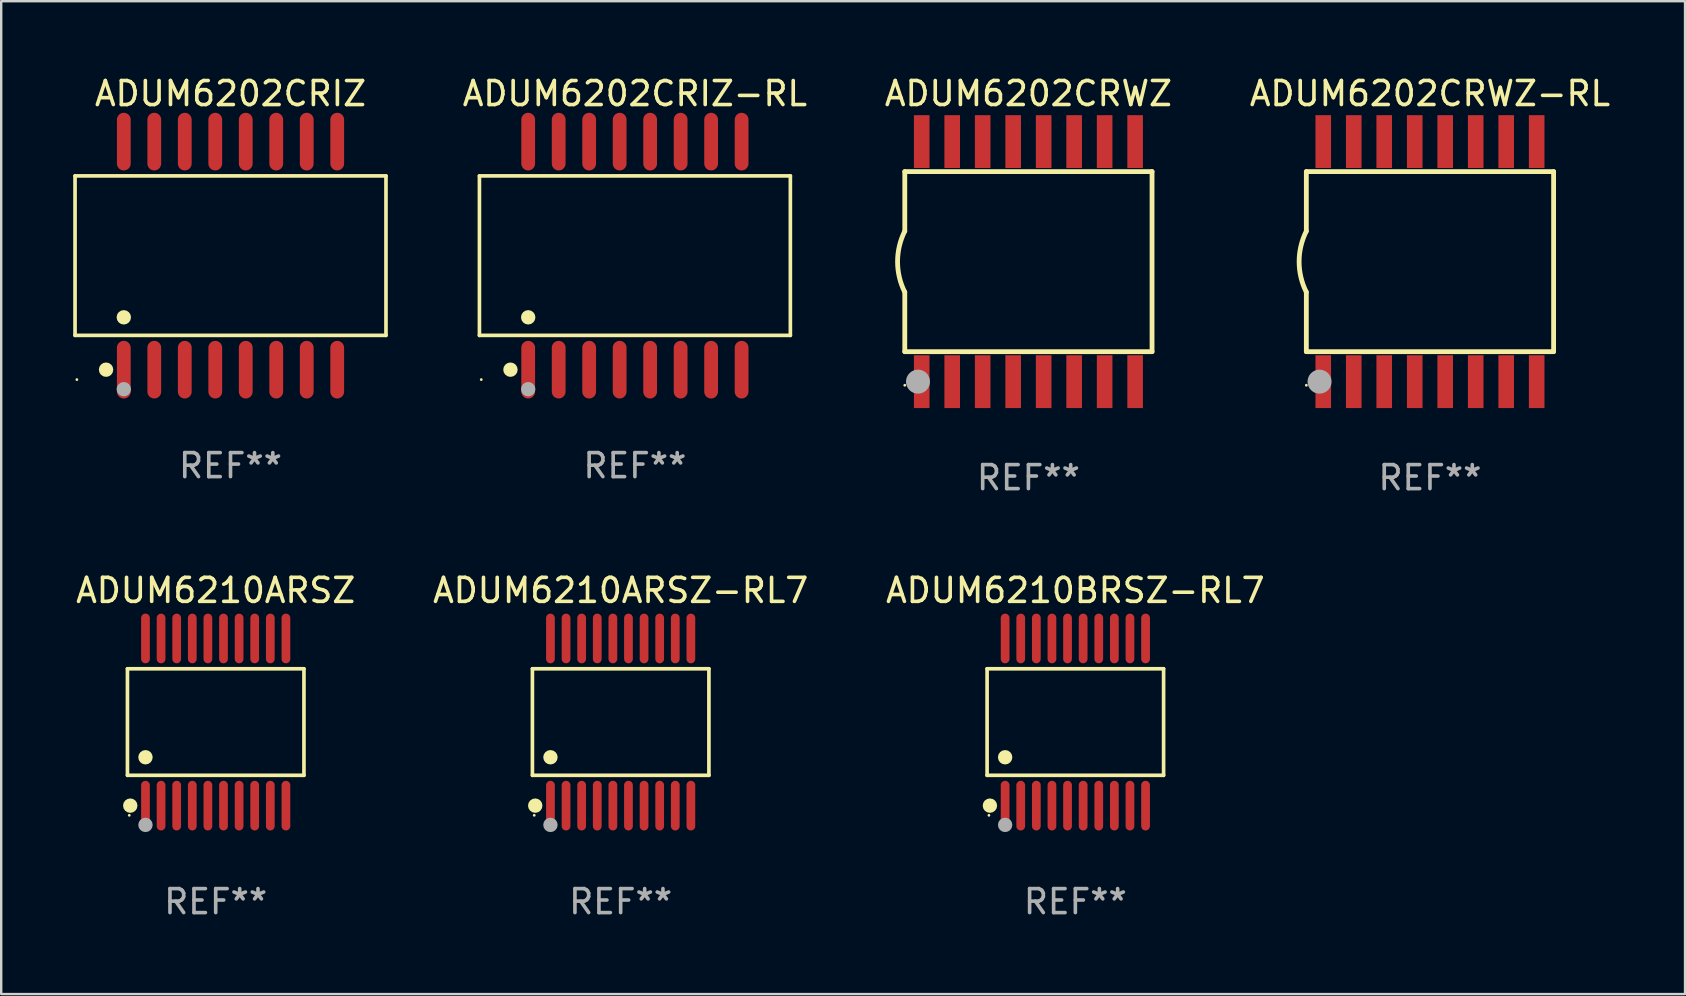
<source format=kicad_pcb>
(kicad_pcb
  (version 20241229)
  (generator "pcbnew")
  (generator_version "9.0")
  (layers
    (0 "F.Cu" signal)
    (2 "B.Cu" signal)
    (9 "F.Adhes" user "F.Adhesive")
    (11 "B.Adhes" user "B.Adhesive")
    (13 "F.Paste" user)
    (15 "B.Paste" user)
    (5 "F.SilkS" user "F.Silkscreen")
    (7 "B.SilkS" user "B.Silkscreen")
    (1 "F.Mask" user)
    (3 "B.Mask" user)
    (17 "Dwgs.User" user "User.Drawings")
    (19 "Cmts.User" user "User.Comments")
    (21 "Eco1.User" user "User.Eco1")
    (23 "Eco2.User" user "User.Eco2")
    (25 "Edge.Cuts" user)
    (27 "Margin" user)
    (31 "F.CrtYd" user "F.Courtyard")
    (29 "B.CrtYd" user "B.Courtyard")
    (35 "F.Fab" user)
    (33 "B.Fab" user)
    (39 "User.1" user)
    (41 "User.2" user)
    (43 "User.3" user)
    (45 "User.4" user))
  (footprint "ADUM6202CRWZ-RL"
    (layer "F.Cu")
    (at 56.516 7.848)
    (property "Reference" "ADUM6202CRWZ-RL" (at 0 -7 0) (layer "F.SilkS") (effects (font (size 1 1) (thickness 0.15))))
    (attr through_hole)
    (fp_line (start -5.15 -3.75) (end -5.15 -1.27) (stroke (width 0.2) (type solid)) (layer "F.SilkS"))
    (fp_line (start -5.15 -3.75) (end 5.15 -3.75) (stroke (width 0.2) (type solid)) (layer "F.SilkS"))
    (fp_line (start -5.15 3.75) (end -5.15 1.27) (stroke (width 0.2) (type solid)) (layer "F.SilkS"))
    (fp_line (start 5.15 -3.75) (end 5.15 3.75) (stroke (width 0.2) (type solid)) (layer "F.SilkS"))
    (fp_line (start 5.15 3.75) (end -5.15 3.75) (stroke (width 0.2) (type solid)) (layer "F.SilkS"))
    (fp_arc (start -5.151131 1.270003) (mid -5.450556 -0.000132) (end -5.150013 -1.270003) (stroke (width 0.2) (type solid)) (layer "F.SilkS"))
    (fp_circle (center -5.15 5.15) (end -5.12 5.15) (stroke (width 0.06) (type solid)) (fill no) (layer "F.SilkS"))
    (fp_circle (center -4.6 5) (end -4.35 5) (stroke (width 0.5) (type solid)) (fill no) (layer "F.Fab"))
    (fp_text user "REF**" (at 0 9 0) (layer "F.Fab") (effects (font (size 1 1) (thickness 0.15))))
    (pad "1" smd rect (at -4.445 5) (size 0.65 2.2) (layers "F.Cu" "F.Mask" "F.Paste"))
    (pad "2" smd rect (at -3.175 5) (size 0.65 2.2) (layers "F.Cu" "F.Mask" "F.Paste"))
    (pad "3" smd rect (at -1.905 5) (size 0.65 2.2) (layers "F.Cu" "F.Mask" "F.Paste"))
    (pad "4" smd rect (at -0.635 5) (size 0.65 2.2) (layers "F.Cu" "F.Mask" "F.Paste"))
    (pad "5" smd rect (at 0.635 5) (size 0.65 2.2) (layers "F.Cu" "F.Mask" "F.Paste"))
    (pad "6" smd rect (at 1.905 5) (size 0.65 2.2) (layers "F.Cu" "F.Mask" "F.Paste"))
    (pad "7" smd rect (at 3.175 5) (size 0.65 2.2) (layers "F.Cu" "F.Mask" "F.Paste"))
    (pad "8" smd rect (at 4.445 5) (size 0.65 2.2) (layers "F.Cu" "F.Mask" "F.Paste"))
    (pad "9" smd rect (at 4.445 -5) (size 0.65 2.2) (layers "F.Cu" "F.Mask" "F.Paste"))
    (pad "10" smd rect (at 3.175 -5) (size 0.65 2.2) (layers "F.Cu" "F.Mask" "F.Paste"))
    (pad "11" smd rect (at 1.905 -5) (size 0.65 2.2) (layers "F.Cu" "F.Mask" "F.Paste"))
    (pad "12" smd rect (at 0.635 -5) (size 0.65 2.2) (layers "F.Cu" "F.Mask" "F.Paste"))
    (pad "13" smd rect (at -0.635 -5) (size 0.65 2.2) (layers "F.Cu" "F.Mask" "F.Paste"))
    (pad "14" smd rect (at -1.905 -5) (size 0.65 2.2) (layers "F.Cu" "F.Mask" "F.Paste"))
    (pad "15" smd rect (at -3.175 -5) (size 0.65 2.2) (layers "F.Cu" "F.Mask" "F.Paste"))
    (pad "16" smd rect (at -4.445 -5) (size 0.65 2.2) (layers "F.Cu" "F.Mask" "F.Paste")))
  (footprint "ADUM6202CRIZ"
    (layer "F.Cu")
    (at 6.552 7.599)
    (property "Reference" "ADUM6202CRIZ" (at 0 -6.75 0) (layer "F.SilkS") (effects (font (size 1 1) (thickness 0.15))))
    (attr through_hole)
    (fp_line (start -6.476 -3.321) (end 6.476 -3.321) (stroke (width 0.152) (type solid)) (layer "F.SilkS"))
    (fp_line (start -6.476 3.321) (end -6.476 -3.321) (stroke (width 0.152) (type solid)) (layer "F.SilkS"))
    (fp_line (start 6.476 -3.321) (end 6.476 3.321) (stroke (width 0.152) (type solid)) (layer "F.SilkS"))
    (fp_line (start 6.476 3.321) (end -6.476 3.321) (stroke (width 0.152) (type solid)) (layer "F.SilkS"))
    (fp_circle (center -6.4 5.163) (end -6.37 5.163) (stroke (width 0.06) (type solid)) (fill no) (layer "F.SilkS"))
    (fp_circle (center -5.184 4.75) (end -5.034 4.75) (stroke (width 0.3) (type solid)) (fill no) (layer "F.SilkS"))
    (fp_circle (center -4.445 2.569) (end -4.295 2.569) (stroke (width 0.3) (type solid)) (fill no) (layer "F.SilkS"))
    (fp_circle (center -4.445 5.563) (end -4.295 5.563) (stroke (width 0.3) (type solid)) (fill no) (layer "F.Fab"))
    (fp_text user "REF**" (at 0 8.75 0) (layer "F.Fab") (effects (font (size 1 1) (thickness 0.15))))
    (pad "1" smd oval (at -4.445 4.75) (size 0.574 2.401) (layers "F.Cu" "F.Mask" "F.Paste"))
    (pad "2" smd oval (at -3.175 4.75) (size 0.574 2.401) (layers "F.Cu" "F.Mask" "F.Paste"))
    (pad "3" smd oval (at -1.905 4.75) (size 0.574 2.401) (layers "F.Cu" "F.Mask" "F.Paste"))
    (pad "4" smd oval (at -0.635 4.75) (size 0.574 2.401) (layers "F.Cu" "F.Mask" "F.Paste"))
    (pad "5" smd oval (at 0.635 4.75) (size 0.574 2.401) (layers "F.Cu" "F.Mask" "F.Paste"))
    (pad "6" smd oval (at 1.905 4.75) (size 0.574 2.401) (layers "F.Cu" "F.Mask" "F.Paste"))
    (pad "7" smd oval (at 3.175 4.75) (size 0.574 2.401) (layers "F.Cu" "F.Mask" "F.Paste"))
    (pad "8" smd oval (at 4.445 4.75) (size 0.574 2.401) (layers "F.Cu" "F.Mask" "F.Paste"))
    (pad "9" smd oval (at 4.445 -4.75) (size 0.574 2.401) (layers "F.Cu" "F.Mask" "F.Paste"))
    (pad "10" smd oval (at 3.175 -4.75) (size 0.574 2.401) (layers "F.Cu" "F.Mask" "F.Paste"))
    (pad "11" smd oval (at 1.905 -4.75) (size 0.574 2.401) (layers "F.Cu" "F.Mask" "F.Paste"))
    (pad "12" smd oval (at 0.635 -4.75) (size 0.574 2.401) (layers "F.Cu" "F.Mask" "F.Paste"))
    (pad "13" smd oval (at -0.635 -4.75) (size 0.574 2.401) (layers "F.Cu" "F.Mask" "F.Paste"))
    (pad "14" smd oval (at -1.905 -4.75) (size 0.574 2.401) (layers "F.Cu" "F.Mask" "F.Paste"))
    (pad "15" smd oval (at -3.175 -4.75) (size 0.574 2.401) (layers "F.Cu" "F.Mask" "F.Paste"))
    (pad "16" smd oval (at -4.445 -4.75) (size 0.574 2.401) (layers "F.Cu" "F.Mask" "F.Paste")))
  (footprint "ADUM6202CRIZ-RL"
    (layer "F.Cu")
    (at 23.397 7.599)
    (property "Reference" "ADUM6202CRIZ-RL" (at 0 -6.75 0) (layer "F.SilkS") (effects (font (size 1 1) (thickness 0.15))))
    (attr through_hole)
    (fp_line (start -6.476 -3.321) (end 6.476 -3.321) (stroke (width 0.152) (type solid)) (layer "F.SilkS"))
    (fp_line (start -6.476 3.321) (end -6.476 -3.321) (stroke (width 0.152) (type solid)) (layer "F.SilkS"))
    (fp_line (start 6.476 -3.321) (end 6.476 3.321) (stroke (width 0.152) (type solid)) (layer "F.SilkS"))
    (fp_line (start 6.476 3.321) (end -6.476 3.321) (stroke (width 0.152) (type solid)) (layer "F.SilkS"))
    (fp_circle (center -6.4 5.163) (end -6.37 5.163) (stroke (width 0.06) (type solid)) (fill no) (layer "F.SilkS"))
    (fp_circle (center -5.184 4.75) (end -5.034 4.75) (stroke (width 0.3) (type solid)) (fill no) (layer "F.SilkS"))
    (fp_circle (center -4.445 2.569) (end -4.295 2.569) (stroke (width 0.3) (type solid)) (fill no) (layer "F.SilkS"))
    (fp_circle (center -4.445 5.563) (end -4.295 5.563) (stroke (width 0.3) (type solid)) (fill no) (layer "F.Fab"))
    (fp_text user "REF**" (at 0 8.75 0) (layer "F.Fab") (effects (font (size 1 1) (thickness 0.15))))
    (pad "1" smd oval (at -4.445 4.75) (size 0.574 2.401) (layers "F.Cu" "F.Mask" "F.Paste"))
    (pad "2" smd oval (at -3.175 4.75) (size 0.574 2.401) (layers "F.Cu" "F.Mask" "F.Paste"))
    (pad "3" smd oval (at -1.905 4.75) (size 0.574 2.401) (layers "F.Cu" "F.Mask" "F.Paste"))
    (pad "4" smd oval (at -0.635 4.75) (size 0.574 2.401) (layers "F.Cu" "F.Mask" "F.Paste"))
    (pad "5" smd oval (at 0.635 4.75) (size 0.574 2.401) (layers "F.Cu" "F.Mask" "F.Paste"))
    (pad "6" smd oval (at 1.905 4.75) (size 0.574 2.401) (layers "F.Cu" "F.Mask" "F.Paste"))
    (pad "7" smd oval (at 3.175 4.75) (size 0.574 2.401) (layers "F.Cu" "F.Mask" "F.Paste"))
    (pad "8" smd oval (at 4.445 4.75) (size 0.574 2.401) (layers "F.Cu" "F.Mask" "F.Paste"))
    (pad "9" smd oval (at 4.445 -4.75) (size 0.574 2.401) (layers "F.Cu" "F.Mask" "F.Paste"))
    (pad "10" smd oval (at 3.175 -4.75) (size 0.574 2.401) (layers "F.Cu" "F.Mask" "F.Paste"))
    (pad "11" smd oval (at 1.905 -4.75) (size 0.574 2.401) (layers "F.Cu" "F.Mask" "F.Paste"))
    (pad "12" smd oval (at 0.635 -4.75) (size 0.574 2.401) (layers "F.Cu" "F.Mask" "F.Paste"))
    (pad "13" smd oval (at -0.635 -4.75) (size 0.574 2.401) (layers "F.Cu" "F.Mask" "F.Paste"))
    (pad "14" smd oval (at -1.905 -4.75) (size 0.574 2.401) (layers "F.Cu" "F.Mask" "F.Paste"))
    (pad "15" smd oval (at -3.175 -4.75) (size 0.574 2.401) (layers "F.Cu" "F.Mask" "F.Paste"))
    (pad "16" smd oval (at -4.445 -4.75) (size 0.574 2.401) (layers "F.Cu" "F.Mask" "F.Paste")))
  (footprint "ADUM6202CRWZ"
    (layer "F.Cu")
    (at 39.789 7.848)
    (property "Reference" "ADUM6202CRWZ" (at 0 -7 0) (layer "F.SilkS") (effects (font (size 1 1) (thickness 0.15))))
    (attr through_hole)
    (fp_line (start -5.15 -3.75) (end -5.15 -1.27) (stroke (width 0.2) (type solid)) (layer "F.SilkS"))
    (fp_line (start -5.15 -3.75) (end 5.15 -3.75) (stroke (width 0.2) (type solid)) (layer "F.SilkS"))
    (fp_line (start -5.15 3.75) (end -5.15 1.27) (stroke (width 0.2) (type solid)) (layer "F.SilkS"))
    (fp_line (start 5.15 -3.75) (end 5.15 3.75) (stroke (width 0.2) (type solid)) (layer "F.SilkS"))
    (fp_line (start 5.15 3.75) (end -5.15 3.75) (stroke (width 0.2) (type solid)) (layer "F.SilkS"))
    (fp_arc (start -5.151131 1.270003) (mid -5.450556 -0.000132) (end -5.150013 -1.270003) (stroke (width 0.2) (type solid)) (layer "F.SilkS"))
    (fp_circle (center -5.15 5.15) (end -5.12 5.15) (stroke (width 0.06) (type solid)) (fill no) (layer "F.SilkS"))
    (fp_circle (center -4.6 5) (end -4.35 5) (stroke (width 0.5) (type solid)) (fill no) (layer "F.Fab"))
    (fp_text user "REF**" (at 0 9 0) (layer "F.Fab") (effects (font (size 1 1) (thickness 0.15))))
    (pad "1" smd rect (at -4.445 5) (size 0.65 2.2) (layers "F.Cu" "F.Mask" "F.Paste"))
    (pad "2" smd rect (at -3.175 5) (size 0.65 2.2) (layers "F.Cu" "F.Mask" "F.Paste"))
    (pad "3" smd rect (at -1.905 5) (size 0.65 2.2) (layers "F.Cu" "F.Mask" "F.Paste"))
    (pad "4" smd rect (at -0.635 5) (size 0.65 2.2) (layers "F.Cu" "F.Mask" "F.Paste"))
    (pad "5" smd rect (at 0.635 5) (size 0.65 2.2) (layers "F.Cu" "F.Mask" "F.Paste"))
    (pad "6" smd rect (at 1.905 5) (size 0.65 2.2) (layers "F.Cu" "F.Mask" "F.Paste"))
    (pad "7" smd rect (at 3.175 5) (size 0.65 2.2) (layers "F.Cu" "F.Mask" "F.Paste"))
    (pad "8" smd rect (at 4.445 5) (size 0.65 2.2) (layers "F.Cu" "F.Mask" "F.Paste"))
    (pad "9" smd rect (at 4.445 -5) (size 0.65 2.2) (layers "F.Cu" "F.Mask" "F.Paste"))
    (pad "10" smd rect (at 3.175 -5) (size 0.65 2.2) (layers "F.Cu" "F.Mask" "F.Paste"))
    (pad "11" smd rect (at 1.905 -5) (size 0.65 2.2) (layers "F.Cu" "F.Mask" "F.Paste"))
    (pad "12" smd rect (at 0.635 -5) (size 0.65 2.2) (layers "F.Cu" "F.Mask" "F.Paste"))
    (pad "13" smd rect (at -0.635 -5) (size 0.65 2.2) (layers "F.Cu" "F.Mask" "F.Paste"))
    (pad "14" smd rect (at -1.905 -5) (size 0.65 2.2) (layers "F.Cu" "F.Mask" "F.Paste"))
    (pad "15" smd rect (at -3.175 -5) (size 0.65 2.2) (layers "F.Cu" "F.Mask" "F.Paste"))
    (pad "16" smd rect (at -4.445 -5) (size 0.65 2.2) (layers "F.Cu" "F.Mask" "F.Paste")))
  (footprint "ADUM6210BRSZ-RL7"
    (layer "F.Cu")
    (at 41.744 27.027)
    (property "Reference" "ADUM6210BRSZ-RL7" (at 0 -5.482 0) (layer "F.SilkS") (effects (font (size 1 1) (thickness 0.15))))
    (attr through_hole)
    (fp_line (start -3.676 -2.219) (end 3.676 -2.219) (stroke (width 0.152) (type solid)) (layer "F.SilkS"))
    (fp_line (start -3.676 2.219) (end -3.676 -2.219) (stroke (width 0.152) (type solid)) (layer "F.SilkS"))
    (fp_line (start 3.676 -2.219) (end 3.676 2.219) (stroke (width 0.152) (type solid)) (layer "F.SilkS"))
    (fp_line (start 3.676 2.219) (end -3.676 2.219) (stroke (width 0.152) (type solid)) (layer "F.SilkS"))
    (fp_circle (center -3.6 3.885) (end -3.57 3.885) (stroke (width 0.06) (type solid)) (fill no) (layer "F.SilkS"))
    (fp_circle (center -3.559 3.482) (end -3.409 3.482) (stroke (width 0.3) (type solid)) (fill no) (layer "F.SilkS"))
    (fp_circle (center -2.925 1.467) (end -2.775 1.467) (stroke (width 0.3) (type solid)) (fill no) (layer "F.SilkS"))
    (fp_circle (center -2.925 4.285) (end -2.775 4.285) (stroke (width 0.3) (type solid)) (fill no) (layer "F.Fab"))
    (fp_text user "REF**" (at 0 7.482 0) (layer "F.Fab") (effects (font (size 1 1) (thickness 0.15))))
    (pad "1" smd oval (at -2.925 3.482) (size 0.364 2.069) (layers "F.Cu" "F.Mask" "F.Paste"))
    (pad "2" smd oval (at -2.275 3.482) (size 0.364 2.069) (layers "F.Cu" "F.Mask" "F.Paste"))
    (pad "3" smd oval (at -1.625 3.482) (size 0.364 2.069) (layers "F.Cu" "F.Mask" "F.Paste"))
    (pad "4" smd oval (at -0.975 3.482) (size 0.364 2.069) (layers "F.Cu" "F.Mask" "F.Paste"))
    (pad "5" smd oval (at -0.325 3.482) (size 0.364 2.069) (layers "F.Cu" "F.Mask" "F.Paste"))
    (pad "6" smd oval (at 0.325 3.482) (size 0.364 2.069) (layers "F.Cu" "F.Mask" "F.Paste"))
    (pad "7" smd oval (at 0.975 3.482) (size 0.364 2.069) (layers "F.Cu" "F.Mask" "F.Paste"))
    (pad "8" smd oval (at 1.625 3.482) (size 0.364 2.069) (layers "F.Cu" "F.Mask" "F.Paste"))
    (pad "9" smd oval (at 2.275 3.482) (size 0.364 2.069) (layers "F.Cu" "F.Mask" "F.Paste"))
    (pad "10" smd oval (at 2.925 3.482) (size 0.364 2.069) (layers "F.Cu" "F.Mask" "F.Paste"))
    (pad "11" smd oval (at 2.925 -3.482) (size 0.364 2.069) (layers "F.Cu" "F.Mask" "F.Paste"))
    (pad "12" smd oval (at 2.275 -3.482) (size 0.364 2.069) (layers "F.Cu" "F.Mask" "F.Paste"))
    (pad "13" smd oval (at 1.625 -3.482) (size 0.364 2.069) (layers "F.Cu" "F.Mask" "F.Paste"))
    (pad "14" smd oval (at 0.975 -3.482) (size 0.364 2.069) (layers "F.Cu" "F.Mask" "F.Paste"))
    (pad "15" smd oval (at 0.325 -3.482) (size 0.364 2.069) (layers "F.Cu" "F.Mask" "F.Paste"))
    (pad "16" smd oval (at -0.325 -3.482) (size 0.364 2.069) (layers "F.Cu" "F.Mask" "F.Paste"))
    (pad "17" smd oval (at -0.975 -3.482) (size 0.364 2.069) (layers "F.Cu" "F.Mask" "F.Paste"))
    (pad "18" smd oval (at -1.625 -3.482) (size 0.364 2.069) (layers "F.Cu" "F.Mask" "F.Paste"))
    (pad "19" smd oval (at -2.275 -3.482) (size 0.364 2.069) (layers "F.Cu" "F.Mask" "F.Paste"))
    (pad "20" smd oval (at -2.925 -3.482) (size 0.364 2.069) (layers "F.Cu" "F.Mask" "F.Paste")))
  (footprint "ADUM6210ARSZ-RL7"
    (layer "F.Cu")
    (at 22.804 27.027)
    (property "Reference" "ADUM6210ARSZ-RL7" (at 0 -5.482 0) (layer "F.SilkS") (effects (font (size 1 1) (thickness 0.15))))
    (attr through_hole)
    (fp_line (start -3.676 -2.219) (end 3.676 -2.219) (stroke (width 0.152) (type solid)) (layer "F.SilkS"))
    (fp_line (start -3.676 2.219) (end -3.676 -2.219) (stroke (width 0.152) (type solid)) (layer "F.SilkS"))
    (fp_line (start 3.676 -2.219) (end 3.676 2.219) (stroke (width 0.152) (type solid)) (layer "F.SilkS"))
    (fp_line (start 3.676 2.219) (end -3.676 2.219) (stroke (width 0.152) (type solid)) (layer "F.SilkS"))
    (fp_circle (center -3.6 3.885) (end -3.57 3.885) (stroke (width 0.06) (type solid)) (fill no) (layer "F.SilkS"))
    (fp_circle (center -3.559 3.482) (end -3.409 3.482) (stroke (width 0.3) (type solid)) (fill no) (layer "F.SilkS"))
    (fp_circle (center -2.925 1.467) (end -2.775 1.467) (stroke (width 0.3) (type solid)) (fill no) (layer "F.SilkS"))
    (fp_circle (center -2.925 4.285) (end -2.775 4.285) (stroke (width 0.3) (type solid)) (fill no) (layer "F.Fab"))
    (fp_text user "REF**" (at 0 7.482 0) (layer "F.Fab") (effects (font (size 1 1) (thickness 0.15))))
    (pad "1" smd oval (at -2.925 3.482) (size 0.364 2.069) (layers "F.Cu" "F.Mask" "F.Paste"))
    (pad "2" smd oval (at -2.275 3.482) (size 0.364 2.069) (layers "F.Cu" "F.Mask" "F.Paste"))
    (pad "3" smd oval (at -1.625 3.482) (size 0.364 2.069) (layers "F.Cu" "F.Mask" "F.Paste"))
    (pad "4" smd oval (at -0.975 3.482) (size 0.364 2.069) (layers "F.Cu" "F.Mask" "F.Paste"))
    (pad "5" smd oval (at -0.325 3.482) (size 0.364 2.069) (layers "F.Cu" "F.Mask" "F.Paste"))
    (pad "6" smd oval (at 0.325 3.482) (size 0.364 2.069) (layers "F.Cu" "F.Mask" "F.Paste"))
    (pad "7" smd oval (at 0.975 3.482) (size 0.364 2.069) (layers "F.Cu" "F.Mask" "F.Paste"))
    (pad "8" smd oval (at 1.625 3.482) (size 0.364 2.069) (layers "F.Cu" "F.Mask" "F.Paste"))
    (pad "9" smd oval (at 2.275 3.482) (size 0.364 2.069) (layers "F.Cu" "F.Mask" "F.Paste"))
    (pad "10" smd oval (at 2.925 3.482) (size 0.364 2.069) (layers "F.Cu" "F.Mask" "F.Paste"))
    (pad "11" smd oval (at 2.925 -3.482) (size 0.364 2.069) (layers "F.Cu" "F.Mask" "F.Paste"))
    (pad "12" smd oval (at 2.275 -3.482) (size 0.364 2.069) (layers "F.Cu" "F.Mask" "F.Paste"))
    (pad "13" smd oval (at 1.625 -3.482) (size 0.364 2.069) (layers "F.Cu" "F.Mask" "F.Paste"))
    (pad "14" smd oval (at 0.975 -3.482) (size 0.364 2.069) (layers "F.Cu" "F.Mask" "F.Paste"))
    (pad "15" smd oval (at 0.325 -3.482) (size 0.364 2.069) (layers "F.Cu" "F.Mask" "F.Paste"))
    (pad "16" smd oval (at -0.325 -3.482) (size 0.364 2.069) (layers "F.Cu" "F.Mask" "F.Paste"))
    (pad "17" smd oval (at -0.975 -3.482) (size 0.364 2.069) (layers "F.Cu" "F.Mask" "F.Paste"))
    (pad "18" smd oval (at -1.625 -3.482) (size 0.364 2.069) (layers "F.Cu" "F.Mask" "F.Paste"))
    (pad "19" smd oval (at -2.275 -3.482) (size 0.364 2.069) (layers "F.Cu" "F.Mask" "F.Paste"))
    (pad "20" smd oval (at -2.925 -3.482) (size 0.364 2.069) (layers "F.Cu" "F.Mask" "F.Paste")))
  (footprint "ADUM6210ARSZ"
    (layer "F.Cu")
    (at 5.935 27.027)
    (property "Reference" "ADUM6210ARSZ" (at 0 -5.482 0) (layer "F.SilkS") (effects (font (size 1 1) (thickness 0.15))))
    (attr through_hole)
    (fp_line (start -3.676 -2.219) (end 3.676 -2.219) (stroke (width 0.152) (type solid)) (layer "F.SilkS"))
    (fp_line (start -3.676 2.219) (end -3.676 -2.219) (stroke (width 0.152) (type solid)) (layer "F.SilkS"))
    (fp_line (start 3.676 -2.219) (end 3.676 2.219) (stroke (width 0.152) (type solid)) (layer "F.SilkS"))
    (fp_line (start 3.676 2.219) (end -3.676 2.219) (stroke (width 0.152) (type solid)) (layer "F.SilkS"))
    (fp_circle (center -3.6 3.885) (end -3.57 3.885) (stroke (width 0.06) (type solid)) (fill no) (layer "F.SilkS"))
    (fp_circle (center -3.559 3.482) (end -3.409 3.482) (stroke (width 0.3) (type solid)) (fill no) (layer "F.SilkS"))
    (fp_circle (center -2.925 1.467) (end -2.775 1.467) (stroke (width 0.3) (type solid)) (fill no) (layer "F.SilkS"))
    (fp_circle (center -2.925 4.285) (end -2.775 4.285) (stroke (width 0.3) (type solid)) (fill no) (layer "F.Fab"))
    (fp_text user "REF**" (at 0 7.482 0) (layer "F.Fab") (effects (font (size 1 1) (thickness 0.15))))
    (pad "1" smd oval (at -2.925 3.482) (size 0.364 2.069) (layers "F.Cu" "F.Mask" "F.Paste"))
    (pad "2" smd oval (at -2.275 3.482) (size 0.364 2.069) (layers "F.Cu" "F.Mask" "F.Paste"))
    (pad "3" smd oval (at -1.625 3.482) (size 0.364 2.069) (layers "F.Cu" "F.Mask" "F.Paste"))
    (pad "4" smd oval (at -0.975 3.482) (size 0.364 2.069) (layers "F.Cu" "F.Mask" "F.Paste"))
    (pad "5" smd oval (at -0.325 3.482) (size 0.364 2.069) (layers "F.Cu" "F.Mask" "F.Paste"))
    (pad "6" smd oval (at 0.325 3.482) (size 0.364 2.069) (layers "F.Cu" "F.Mask" "F.Paste"))
    (pad "7" smd oval (at 0.975 3.482) (size 0.364 2.069) (layers "F.Cu" "F.Mask" "F.Paste"))
    (pad "8" smd oval (at 1.625 3.482) (size 0.364 2.069) (layers "F.Cu" "F.Mask" "F.Paste"))
    (pad "9" smd oval (at 2.275 3.482) (size 0.364 2.069) (layers "F.Cu" "F.Mask" "F.Paste"))
    (pad "10" smd oval (at 2.925 3.482) (size 0.364 2.069) (layers "F.Cu" "F.Mask" "F.Paste"))
    (pad "11" smd oval (at 2.925 -3.482) (size 0.364 2.069) (layers "F.Cu" "F.Mask" "F.Paste"))
    (pad "12" smd oval (at 2.275 -3.482) (size 0.364 2.069) (layers "F.Cu" "F.Mask" "F.Paste"))
    (pad "13" smd oval (at 1.625 -3.482) (size 0.364 2.069) (layers "F.Cu" "F.Mask" "F.Paste"))
    (pad "14" smd oval (at 0.975 -3.482) (size 0.364 2.069) (layers "F.Cu" "F.Mask" "F.Paste"))
    (pad "15" smd oval (at 0.325 -3.482) (size 0.364 2.069) (layers "F.Cu" "F.Mask" "F.Paste"))
    (pad "16" smd oval (at -0.325 -3.482) (size 0.364 2.069) (layers "F.Cu" "F.Mask" "F.Paste"))
    (pad "17" smd oval (at -0.975 -3.482) (size 0.364 2.069) (layers "F.Cu" "F.Mask" "F.Paste"))
    (pad "18" smd oval (at -1.625 -3.482) (size 0.364 2.069) (layers "F.Cu" "F.Mask" "F.Paste"))
    (pad "19" smd oval (at -2.275 -3.482) (size 0.364 2.069) (layers "F.Cu" "F.Mask" "F.Paste"))
    (pad "20" smd oval (at -2.925 -3.482) (size 0.364 2.069) (layers "F.Cu" "F.Mask" "F.Paste")))
  (gr_rect
    (start -3 -3)
    (end 67.141 38.357)
    (stroke (width 0.1) (type default))
    (fill no)
    (layer "Edge.Cuts")))
</source>
